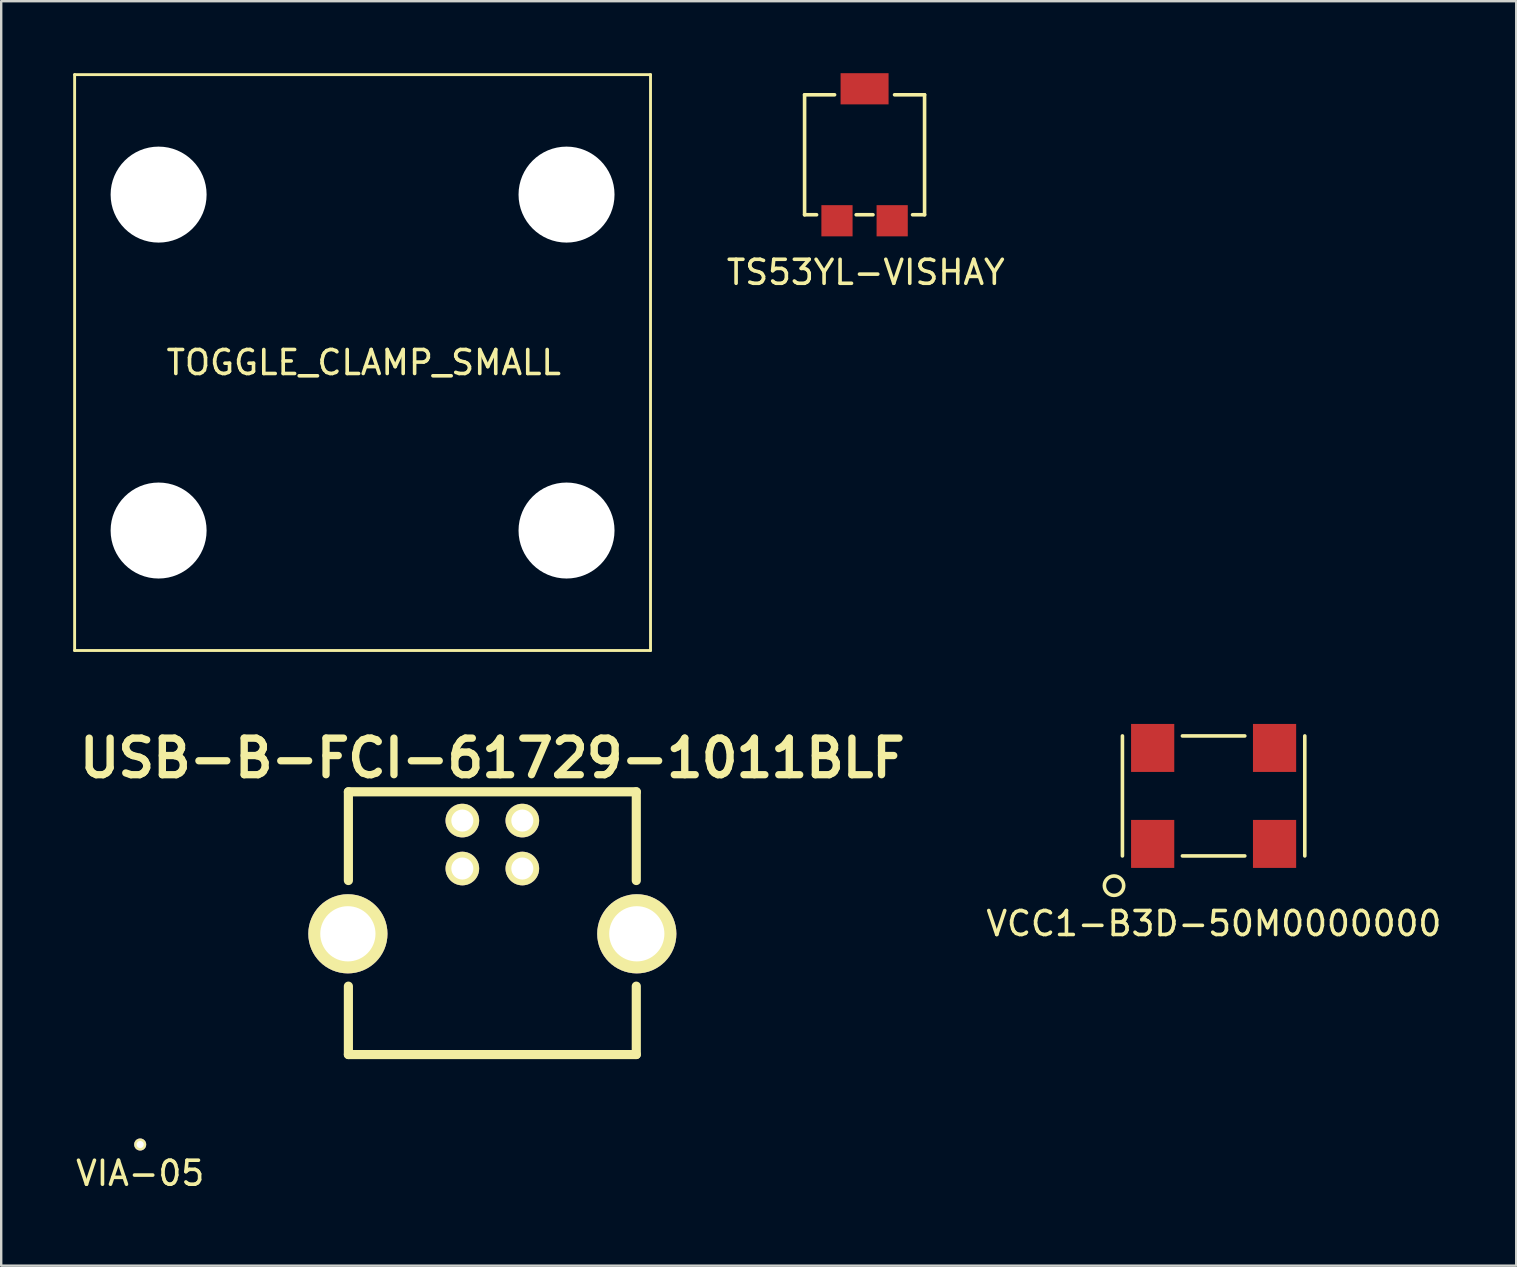
<source format=kicad_pcb>
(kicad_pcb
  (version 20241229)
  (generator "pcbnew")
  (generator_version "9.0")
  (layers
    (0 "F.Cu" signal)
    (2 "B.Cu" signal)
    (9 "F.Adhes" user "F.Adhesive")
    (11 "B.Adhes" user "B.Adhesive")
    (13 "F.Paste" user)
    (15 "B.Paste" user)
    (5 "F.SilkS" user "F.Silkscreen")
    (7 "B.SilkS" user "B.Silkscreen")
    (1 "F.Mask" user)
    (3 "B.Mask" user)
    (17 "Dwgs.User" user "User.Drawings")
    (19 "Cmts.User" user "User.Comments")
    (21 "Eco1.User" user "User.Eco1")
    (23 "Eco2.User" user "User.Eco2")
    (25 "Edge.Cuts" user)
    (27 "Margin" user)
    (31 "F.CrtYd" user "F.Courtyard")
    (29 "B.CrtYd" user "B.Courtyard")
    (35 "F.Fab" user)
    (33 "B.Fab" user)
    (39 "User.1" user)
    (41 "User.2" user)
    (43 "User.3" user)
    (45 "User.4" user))
  (footprint "TOGGLE_CLAMP_SMALL"
    (layer "F.Cu")
    (at 12.06 12.06)
    (property "Reference" "TOGGLE_CLAMP_SMALL" (at 0.05 0 0) (layer "F.SilkS") (effects (font (size 1 1) (thickness 0.15))))
    (attr through_hole)
    (fp_line (start -12 -12) (end 12 -12) (stroke (width 0.12) (type solid)) (layer "F.SilkS"))
    (fp_line (start -12 12) (end -12 -12) (stroke (width 0.12) (type solid)) (layer "F.SilkS"))
    (fp_line (start 12 -12) (end 12 12) (stroke (width 0.12) (type solid)) (layer "F.SilkS"))
    (fp_line (start 12 12) (end -12 12) (stroke (width 0.12) (type solid)) (layer "F.SilkS"))
    (pad "" np_thru_hole circle (at -8.5 -7) (size 4 4) (drill 4) (layers "*.Cu" "*.Mask"))
    (pad "" np_thru_hole circle (at -8.5 7) (size 4 4) (drill 4) (layers "*.Cu" "*.Mask"))
    (pad "" np_thru_hole circle (at 8.5 -7) (size 4 4) (drill 4) (layers "*.Cu" "*.Mask"))
    (pad "" np_thru_hole circle (at 8.5 7) (size 4 4) (drill 4) (layers "*.Cu" "*.Mask")))
  (footprint "TS53YL-VISHAY"
    (layer "F.Cu")
    (at 32.981 3.4)
    (property "Reference" "TS53YL-VISHAY" (at 0.05 4.9 0) (layer "F.SilkS") (effects (font (size 1 1) (thickness 0.15))))
    (attr through_hole)
    (fp_line (start -2.5 -2.5) (end -1.25 -2.5) (stroke (width 0.15) (type solid)) (layer "F.SilkS"))
    (fp_line (start -2.5 2.5) (end -2.5 -2.5) (stroke (width 0.15) (type solid)) (layer "F.SilkS"))
    (fp_line (start -2 2.5) (end -2.5 2.5) (stroke (width 0.15) (type solid)) (layer "F.SilkS"))
    (fp_line (start -0.35 2.5) (end 0.35 2.5) (stroke (width 0.15) (type solid)) (layer "F.SilkS"))
    (fp_line (start 1.25 -2.5) (end 2.5 -2.5) (stroke (width 0.15) (type solid)) (layer "F.SilkS"))
    (fp_line (start 2.5 -2.5) (end 2.5 2.5) (stroke (width 0.15) (type solid)) (layer "F.SilkS"))
    (fp_line (start 2.5 2.5) (end 2 2.5) (stroke (width 0.15) (type solid)) (layer "F.SilkS"))
    (pad "1" smd rect (at -1.15 2.75) (size 1.3 1.3) (layers "F.Cu" "F.Mask" "F.Paste"))
    (pad "2" smd rect (at 0 -2.75) (size 2 1.3) (layers "F.Cu" "F.Mask" "F.Paste"))
    (pad "3" smd rect (at 1.15 2.75) (size 1.3 1.3) (layers "F.Cu" "F.Mask" "F.Paste")))
  (footprint "USB-B-FCI-61729-1011BLF"
    (layer "F.Cu")
    (at 17.468 41.147)
    (property "Reference" "USB-B-FCI-61729-1011BLF" (at 0 -12.601 0) (layer "F.SilkS") (effects (font (size 1.524 1.524) (thickness 0.305))))
    (attr through_hole)
    (fp_line (start -5.999 -11.199) (end -5.999 -7.501) (stroke (width 0.381) (type solid)) (layer "F.SilkS"))
    (fp_line (start -5.999 -3.099) (end -5.999 -0.249) (stroke (width 0.381) (type solid)) (layer "F.SilkS"))
    (fp_line (start -5.999 -0.249) (end 5.999 -0.249) (stroke (width 0.381) (type solid)) (layer "F.SilkS"))
    (fp_line (start 5.999 -11.199) (end -5.999 -11.199) (stroke (width 0.381) (type solid)) (layer "F.SilkS"))
    (fp_line (start 5.999 -7.501) (end 5.999 -11.199) (stroke (width 0.381) (type solid)) (layer "F.SilkS"))
    (fp_line (start 5.999 -0.249) (end 5.999 -3.099) (stroke (width 0.381) (type solid)) (layer "F.SilkS"))
    (pad "" thru_hole circle (at -6.02 -5.281) (size 3.299 3.299) (drill 2.301) (layers "*.Cu" "*.Mask" "F.SilkS"))
    (pad "" thru_hole circle (at 6.02 -5.281) (size 3.299 3.299) (drill 2.301) (layers "*.Cu" "*.Mask" "F.SilkS"))
    (pad "1" thru_hole circle (at 1.25 -10) (size 1.4 1.4) (drill 0.919) (layers "*.Cu" "*.Mask" "F.SilkS"))
    (pad "2" thru_hole circle (at -1.25 -10) (size 1.4 1.4) (drill 0.919) (layers "*.Cu" "*.Mask" "F.SilkS"))
    (pad "3" thru_hole circle (at -1.25 -8.001) (size 1.4 1.4) (drill 0.919) (layers "*.Cu" "*.Mask" "F.SilkS"))
    (pad "4" thru_hole circle (at 1.25 -8.001) (size 1.4 1.4) (drill 0.919) (layers "*.Cu" "*.Mask" "F.SilkS")))
  (footprint "VCC1-B3D-50M0000000"
    (layer "F.Cu")
    (at 47.527 33.12)
    (property "Reference" "VCC1-B3D-50M0000000" (at 0.01 2.32 0) (layer "F.SilkS") (effects (font (size 1 1) (thickness 0.15))))
    (attr through_hole)
    (fp_line (start -3.8 -0.5) (end -3.8 -5.5) (stroke (width 0.15) (type solid)) (layer "F.SilkS"))
    (fp_line (start -1.3 -5.5) (end 1.3 -5.5) (stroke (width 0.15) (type solid)) (layer "F.SilkS"))
    (fp_line (start -1.3 -0.5) (end 1.3 -0.5) (stroke (width 0.15) (type solid)) (layer "F.SilkS"))
    (fp_line (start 3.8 -0.5) (end 3.8 -5.5) (stroke (width 0.15) (type solid)) (layer "F.SilkS"))
    (fp_circle (center -4.15 0.74) (end -4.1 0.34) (stroke (width 0.15) (type solid)) (fill no) (layer "F.SilkS"))
    (pad "1" smd rect (at -2.54 -1) (size 1.8 2) (layers "F.Cu" "F.Mask" "F.Paste"))
    (pad "2" smd rect (at 2.54 -1) (size 1.8 2) (layers "F.Cu" "F.Mask" "F.Paste"))
    (pad "3" smd rect (at 2.54 -5) (size 1.8 2) (layers "F.Cu" "F.Mask" "F.Paste"))
    (pad "4" smd rect (at -2.54 -5) (size 1.8 2) (layers "F.Cu" "F.Mask" "F.Paste")))
  (footprint "VIA-05"
    (layer "F.Cu")
    (at 2.792 44.647)
    (property "Reference" "VIA-05" (at 0 1.2 0) (layer "F.SilkS") (effects (font (size 1 1) (thickness 0.15))))
    (attr through_hole)
    (pad "" thru_hole circle (at 0 0) (size 0.5 0.5) (drill 0.3) (layers "*.Cu" "*.Mask" "F.SilkS")))
  (gr_rect
    (start -3 -3)
    (end 60.138 49.696)
    (stroke (width 0.1) (type default))
    (fill no)
    (layer "Edge.Cuts")))
</source>
